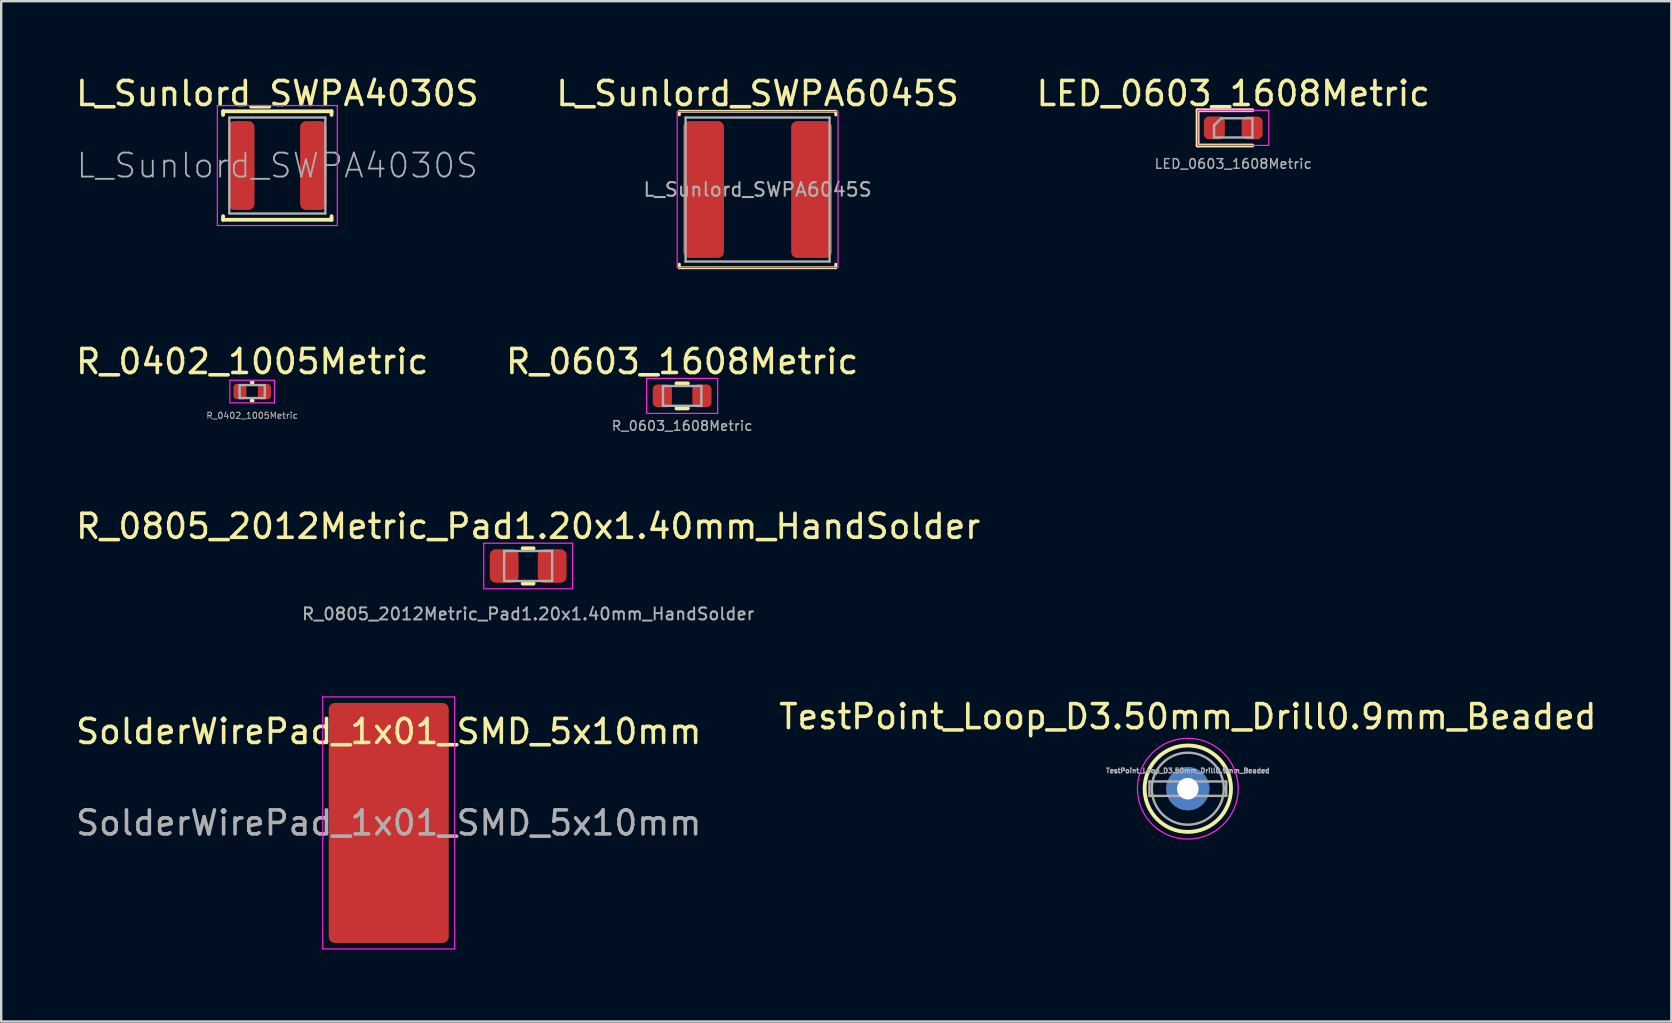
<source format=kicad_pcb>
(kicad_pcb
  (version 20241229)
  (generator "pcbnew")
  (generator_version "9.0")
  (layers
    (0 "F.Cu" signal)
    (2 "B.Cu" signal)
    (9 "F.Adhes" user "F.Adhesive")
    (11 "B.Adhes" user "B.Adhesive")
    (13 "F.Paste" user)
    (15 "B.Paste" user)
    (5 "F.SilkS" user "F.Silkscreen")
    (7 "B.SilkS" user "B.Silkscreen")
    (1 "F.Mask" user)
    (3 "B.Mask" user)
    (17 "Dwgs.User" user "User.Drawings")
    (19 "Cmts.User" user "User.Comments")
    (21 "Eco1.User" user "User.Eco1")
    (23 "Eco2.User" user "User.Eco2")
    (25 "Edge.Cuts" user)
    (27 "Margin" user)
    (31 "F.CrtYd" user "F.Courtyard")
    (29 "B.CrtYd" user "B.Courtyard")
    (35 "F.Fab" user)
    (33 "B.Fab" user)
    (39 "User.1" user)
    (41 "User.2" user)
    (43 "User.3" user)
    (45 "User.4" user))
  (footprint "LED_0603_1608Metric"
    (layer "F.Cu")
    (at 48.339 2.278)
    (property "Reference" "LED_0603_1608Metric" (at 0 -1.43 0) (layer "F.SilkS") (effects (font (size 1 1) (thickness 0.15))))
    (attr smd)
    (fp_line (start -1.485 -0.735) (end -1.485 0.735) (stroke (width 0.16) (type solid)) (layer "F.SilkS"))
    (fp_line (start -1.485 0.735) (end 0.8 0.735) (stroke (width 0.16) (type solid)) (layer "F.SilkS"))
    (fp_line (start 0.8 -0.735) (end -1.485 -0.735) (stroke (width 0.16) (type solid)) (layer "F.SilkS"))
    (fp_line (start -1.48 -0.73) (end 1.48 -0.73) (stroke (width 0.05) (type solid)) (layer "F.CrtYd"))
    (fp_line (start -1.48 0.73) (end -1.48 -0.73) (stroke (width 0.05) (type solid)) (layer "F.CrtYd"))
    (fp_line (start 1.48 -0.73) (end 1.48 0.73) (stroke (width 0.05) (type solid)) (layer "F.CrtYd"))
    (fp_line (start 1.48 0.73) (end -1.48 0.73) (stroke (width 0.05) (type solid)) (layer "F.CrtYd"))
    (fp_line (start -0.8 -0.1) (end -0.8 0.4) (stroke (width 0.1) (type solid)) (layer "F.Fab"))
    (fp_line (start -0.8 0.4) (end 0.8 0.4) (stroke (width 0.1) (type solid)) (layer "F.Fab"))
    (fp_line (start -0.5 -0.4) (end -0.8 -0.1) (stroke (width 0.1) (type solid)) (layer "F.Fab"))
    (fp_line (start 0.8 -0.4) (end -0.5 -0.4) (stroke (width 0.1) (type solid)) (layer "F.Fab"))
    (fp_line (start 0.8 0.4) (end 0.8 -0.4) (stroke (width 0.1) (type solid)) (layer "F.Fab"))
    (fp_text user "${REFERENCE}" (at 0 1.5 0) (layer "F.Fab") (effects (font (size 0.4 0.4) (thickness 0.06))))
    (pad "1" smd roundrect (at -0.787 0) (size 0.875 0.95) (layers "F.Cu" "F.Mask" "F.Paste") (roundrect_rratio 0.25))
    (pad "2" smd roundrect (at 0.787 0) (size 0.875 0.95) (layers "F.Cu" "F.Mask" "F.Paste") (roundrect_rratio 0.25)))
  (footprint "L_Sunlord_SWPA6045S"
    (layer "F.Cu")
    (at 28.518 4.848)
    (property "Reference" "L_Sunlord_SWPA6045S" (at 0 -4 0) (layer "F.SilkS") (effects (font (size 1 1) (thickness 0.15))))
    (attr smd)
    (fp_line (start -3.26 -3.26) (end -3.26 -3.11) (stroke (width 0.12) (type solid)) (layer "F.SilkS"))
    (fp_line (start -3.26 -3.26) (end 3.26 -3.26) (stroke (width 0.12) (type solid)) (layer "F.SilkS"))
    (fp_line (start -3.26 3.26) (end -3.26 3.11) (stroke (width 0.12) (type solid)) (layer "F.SilkS"))
    (fp_line (start -3.26 3.26) (end 3.26 3.26) (stroke (width 0.12) (type solid)) (layer "F.SilkS"))
    (fp_line (start 3.26 -3.26) (end 3.26 -3.11) (stroke (width 0.12) (type solid)) (layer "F.SilkS"))
    (fp_line (start 3.26 3.26) (end 3.26 3.11) (stroke (width 0.12) (type solid)) (layer "F.SilkS"))
    (fp_line (start -3.35 -3.25) (end -3.35 3.25) (stroke (width 0.05) (type solid)) (layer "F.CrtYd"))
    (fp_line (start -3.35 3.25) (end 3.35 3.25) (stroke (width 0.05) (type solid)) (layer "F.CrtYd"))
    (fp_line (start 3.35 -3.25) (end -3.35 -3.25) (stroke (width 0.05) (type solid)) (layer "F.CrtYd"))
    (fp_line (start 3.35 3.25) (end 3.35 -3.25) (stroke (width 0.05) (type solid)) (layer "F.CrtYd"))
    (fp_line (start -3 -3) (end -3 3) (stroke (width 0.1) (type solid)) (layer "F.Fab"))
    (fp_line (start -3 3) (end 3 3) (stroke (width 0.1) (type solid)) (layer "F.Fab"))
    (fp_line (start 3 -3) (end -3 -3) (stroke (width 0.1) (type solid)) (layer "F.Fab"))
    (fp_line (start 3 3) (end 3 -3) (stroke (width 0.1) (type solid)) (layer "F.Fab"))
    (fp_text user "${REFERENCE}" (at 0 0 0) (layer "F.Fab") (effects (font (size 0.567 0.567) (thickness 0.085))))
    (pad "1" smd roundrect (at -2.25 0) (size 1.7 5.7) (layers "F.Cu" "F.Mask" "F.Paste") (roundrect_rratio 0.147))
    (pad "2" smd roundrect (at 2.25 0) (size 1.7 5.7) (layers "F.Cu" "F.Mask" "F.Paste") (roundrect_rratio 0.147)))
  (footprint "L_Sunlord_SWPA4030S"
    (layer "F.Cu")
    (at 8.506 3.848)
    (property "Reference" "L_Sunlord_SWPA4030S" (at 0 -3 0) (layer "F.SilkS") (effects (font (size 1 1) (thickness 0.15))))
    (attr smd)
    (fp_line (start -2.26 -2.26) (end -2.26 -2.11) (stroke (width 0.16) (type solid)) (layer "F.SilkS"))
    (fp_line (start -2.26 -2.26) (end 2.26 -2.26) (stroke (width 0.16) (type solid)) (layer "F.SilkS"))
    (fp_line (start -2.26 2.26) (end -2.26 2.11) (stroke (width 0.16) (type solid)) (layer "F.SilkS"))
    (fp_line (start -2.26 2.26) (end 2.26 2.26) (stroke (width 0.16) (type solid)) (layer "F.SilkS"))
    (fp_line (start 2.26 -2.26) (end 2.26 -2.11) (stroke (width 0.16) (type solid)) (layer "F.SilkS"))
    (fp_line (start 2.26 2.26) (end 2.26 2.11) (stroke (width 0.16) (type solid)) (layer "F.SilkS"))
    (fp_line (start -2.5 -2.5) (end -2.5 2.5) (stroke (width 0.05) (type solid)) (layer "F.CrtYd"))
    (fp_line (start -2.5 2.5) (end 2.5 2.5) (stroke (width 0.05) (type solid)) (layer "F.CrtYd"))
    (fp_line (start 2.5 -2.5) (end -2.5 -2.5) (stroke (width 0.05) (type solid)) (layer "F.CrtYd"))
    (fp_line (start 2.5 2.5) (end 2.5 -2.5) (stroke (width 0.05) (type solid)) (layer "F.CrtYd"))
    (fp_line (start -2 -2) (end -2 2) (stroke (width 0.1) (type solid)) (layer "F.Fab"))
    (fp_line (start -2 2) (end 2 2) (stroke (width 0.1) (type solid)) (layer "F.Fab"))
    (fp_line (start 2 -2) (end -2 -2) (stroke (width 0.1) (type solid)) (layer "F.Fab"))
    (fp_line (start 2 2) (end 2 -2) (stroke (width 0.1) (type solid)) (layer "F.Fab"))
    (fp_text user "${REFERENCE}" (at 0 0 0) (layer "F.Fab") (effects (font (size 1 1) (thickness 0.075))))
    (pad "1" smd roundrect (at -1.5 0) (size 1.1 3.7) (layers "F.Cu" "F.Mask" "F.Paste") (roundrect_rratio 0.227))
    (pad "2" smd roundrect (at 1.5 0) (size 1.1 3.7) (layers "F.Cu" "F.Mask" "F.Paste") (roundrect_rratio 0.227)))
  (footprint "R_0805_2012Metric_Pad1.20x1.40mm_HandSolder"
    (layer "F.Cu")
    (at 18.958 20.534)
    (property "Reference" "R_0805_2012Metric_Pad1.20x1.40mm_HandSolder" (at 0 -1.65 0) (layer "F.SilkS") (effects (font (size 1 1) (thickness 0.15))))
    (attr smd)
    (fp_line (start -0.227 -0.735) (end 0.227 -0.735) (stroke (width 0.16) (type solid)) (layer "F.SilkS"))
    (fp_line (start -0.227 0.735) (end 0.227 0.735) (stroke (width 0.16) (type solid)) (layer "F.SilkS"))
    (fp_line (start -1.85 -0.95) (end 1.85 -0.95) (stroke (width 0.05) (type solid)) (layer "F.CrtYd"))
    (fp_line (start -1.85 0.95) (end -1.85 -0.95) (stroke (width 0.05) (type solid)) (layer "F.CrtYd"))
    (fp_line (start 1.85 -0.95) (end 1.85 0.95) (stroke (width 0.05) (type solid)) (layer "F.CrtYd"))
    (fp_line (start 1.85 0.95) (end -1.85 0.95) (stroke (width 0.05) (type solid)) (layer "F.CrtYd"))
    (fp_line (start -1 -0.625) (end 1 -0.625) (stroke (width 0.1) (type solid)) (layer "F.Fab"))
    (fp_line (start -1 0.625) (end -1 -0.625) (stroke (width 0.1) (type solid)) (layer "F.Fab"))
    (fp_line (start 1 -0.625) (end 1 0.625) (stroke (width 0.1) (type solid)) (layer "F.Fab"))
    (fp_line (start 1 0.625) (end -1 0.625) (stroke (width 0.1) (type solid)) (layer "F.Fab"))
    (fp_text user "${REFERENCE}" (at 0 2 0) (layer "F.Fab") (effects (font (size 0.5 0.5) (thickness 0.08))))
    (pad "1" smd roundrect (at -1 0) (size 1.2 1.4) (layers "F.Cu" "F.Mask" "F.Paste") (roundrect_rratio 0.208))
    (pad "2" smd roundrect (at 1 0) (size 1.2 1.4) (layers "F.Cu" "F.Mask" "F.Paste") (roundrect_rratio 0.208)))
  (footprint "R_0603_1608Metric"
    (layer "F.Cu")
    (at 25.375 13.447)
    (property "Reference" "R_0603_1608Metric" (at 0 -1.43 0) (layer "F.SilkS") (effects (font (size 1 1) (thickness 0.15))))
    (attr smd)
    (fp_line (start -0.237 -0.522) (end 0.237 -0.522) (stroke (width 0.16) (type solid)) (layer "F.SilkS"))
    (fp_line (start -0.237 0.522) (end 0.237 0.522) (stroke (width 0.16) (type solid)) (layer "F.SilkS"))
    (fp_line (start -1.48 -0.73) (end 1.48 -0.73) (stroke (width 0.05) (type solid)) (layer "F.CrtYd"))
    (fp_line (start -1.48 0.73) (end -1.48 -0.73) (stroke (width 0.05) (type solid)) (layer "F.CrtYd"))
    (fp_line (start 1.48 -0.73) (end 1.48 0.73) (stroke (width 0.05) (type solid)) (layer "F.CrtYd"))
    (fp_line (start 1.48 0.73) (end -1.48 0.73) (stroke (width 0.05) (type solid)) (layer "F.CrtYd"))
    (fp_line (start -0.8 -0.412) (end 0.8 -0.412) (stroke (width 0.1) (type solid)) (layer "F.Fab"))
    (fp_line (start -0.8 0.412) (end -0.8 -0.412) (stroke (width 0.1) (type solid)) (layer "F.Fab"))
    (fp_line (start 0.8 -0.412) (end 0.8 0.412) (stroke (width 0.1) (type solid)) (layer "F.Fab"))
    (fp_line (start 0.8 0.412) (end -0.8 0.412) (stroke (width 0.1) (type solid)) (layer "F.Fab"))
    (fp_text user "${REFERENCE}" (at 0 1.25 0) (layer "F.Fab") (effects (font (size 0.4 0.4) (thickness 0.06))))
    (pad "1" smd roundrect (at -0.825 0) (size 0.8 0.95) (layers "F.Cu" "F.Mask" "F.Paste") (roundrect_rratio 0.25))
    (pad "2" smd roundrect (at 0.825 0) (size 0.8 0.95) (layers "F.Cu" "F.Mask" "F.Paste") (roundrect_rratio 0.25)))
  (footprint "SolderWirePad_1x01_SMD_5x10mm"
    (layer "F.Cu")
    (at 13.149 31.242)
    (property "Reference" "SolderWirePad_1x01_SMD_5x10mm" (at 0 -3.81 0) (layer "F.SilkS") (effects (font (size 1 1) (thickness 0.15))))
    (attr smd exclude_from_pos_files exclude_from_bom)
    (fp_line (start -2.75 -5.25) (end -2.75 5.25) (stroke (width 0.05) (type solid)) (layer "F.CrtYd"))
    (fp_line (start -2.75 5.25) (end 2.75 5.25) (stroke (width 0.05) (type solid)) (layer "F.CrtYd"))
    (fp_line (start 2.75 -5.25) (end -2.75 -5.25) (stroke (width 0.05) (type solid)) (layer "F.CrtYd"))
    (fp_line (start 2.75 5.25) (end 2.75 -5.25) (stroke (width 0.05) (type solid)) (layer "F.CrtYd"))
    (fp_text user "${REFERENCE}" (at 0 0 0) (layer "F.Fab") (effects (font (size 1 1) (thickness 0.15))))
    (pad "1" smd roundrect (at 0 0) (size 5 10) (layers "F.Cu" "F.Mask" "F.Paste") (roundrect_rratio 0.05)))
  (footprint "R_0402_1005Metric"
    (layer "F.Cu")
    (at 7.458 13.267)
    (property "Reference" "R_0402_1005Metric" (at 0 -1.25 0) (layer "F.SilkS") (effects (font (size 1 1) (thickness 0.15))))
    (attr smd)
    (fp_line (start -0.02 -0.38) (end 0.02 -0.38) (stroke (width 0.16) (type solid)) (layer "F.SilkS"))
    (fp_line (start -0.02 0.38) (end 0.02 0.38) (stroke (width 0.16) (type solid)) (layer "F.SilkS"))
    (fp_line (start -0.93 -0.47) (end 0.93 -0.47) (stroke (width 0.05) (type solid)) (layer "F.CrtYd"))
    (fp_line (start -0.93 0.47) (end -0.93 -0.47) (stroke (width 0.05) (type solid)) (layer "F.CrtYd"))
    (fp_line (start 0.93 -0.47) (end 0.93 0.47) (stroke (width 0.05) (type solid)) (layer "F.CrtYd"))
    (fp_line (start 0.93 0.47) (end -0.93 0.47) (stroke (width 0.05) (type solid)) (layer "F.CrtYd"))
    (fp_line (start -0.525 -0.27) (end 0.525 -0.27) (stroke (width 0.1) (type solid)) (layer "F.Fab"))
    (fp_line (start -0.525 0.27) (end -0.525 -0.27) (stroke (width 0.1) (type solid)) (layer "F.Fab"))
    (fp_line (start 0.525 -0.27) (end 0.525 0.27) (stroke (width 0.1) (type solid)) (layer "F.Fab"))
    (fp_line (start 0.525 0.27) (end -0.525 0.27) (stroke (width 0.1) (type solid)) (layer "F.Fab"))
    (fp_text user "${REFERENCE}" (at 0 1 0) (layer "F.Fab") (effects (font (size 0.26 0.26) (thickness 0.04))))
    (pad "1" smd roundrect (at -0.51 0) (size 0.54 0.64) (layers "F.Cu" "F.Mask" "F.Paste") (roundrect_rratio 0.25))
    (pad "2" smd roundrect (at 0.51 0) (size 0.54 0.64) (layers "F.Cu" "F.Mask" "F.Paste") (roundrect_rratio 0.25)))
  (footprint "TestPoint_Loop_D3.50mm_Drill0.9mm_Beaded"
    (layer "F.Cu")
    (at 46.446 29.815)
    (property "Reference" "TestPoint_Loop_D3.50mm_Drill0.9mm_Beaded" (at 0 -3 0) (layer "F.SilkS") (effects (font (size 1 1) (thickness 0.15))))
    (attr through_hole)
    (fp_circle (center 0 0) (end 1.8 0) (stroke (width 0.16) (type solid)) (fill no) (layer "F.SilkS"))
    (fp_circle (center 0 0) (end 2.1 0) (stroke (width 0.05) (type solid)) (fill no) (layer "F.CrtYd"))
    (fp_line (start -1.6 -0.3) (end -1.6 0.3) (stroke (width 0.1) (type solid)) (layer "F.Fab"))
    (fp_line (start -1.6 0.3) (end 1.6 0.3) (stroke (width 0.1) (type solid)) (layer "F.Fab"))
    (fp_line (start 1.6 -0.3) (end -1.6 -0.3) (stroke (width 0.1) (type solid)) (layer "F.Fab"))
    (fp_line (start 1.6 0.3) (end 1.6 -0.3) (stroke (width 0.1) (type solid)) (layer "F.Fab"))
    (fp_circle (center 0 0) (end 1.5 0) (stroke (width 0.1) (type solid)) (fill no) (layer "F.Fab"))
    (fp_text user "${REFERENCE}" (at 0 -0.75 0) (layer "F.Fab") (effects (font (size 0.2 0.2) (thickness 0.05))))
    (dimension (type aligned) (layer "User.1") (pts (xy 45.546 29.815) (xy 47.346 29.815)) (height -1.5) (format (prefix "") (suffix "") (units 3) (units_format 1) (precision 4)) (style (thickness 0.01) (arrow_length 0.01) (text_position_mode 2) (arrow_direction outward) (extension_height 0) (extension_offset 0) (keep_text_aligned yes)) (gr_text "1.8000 mm" (at 46.446 28.315 0) (layer "User.1") (effects (font (size 0.1 0.1) (thickness 0.15)))))
    (dimension (type aligned) (layer "User.1") (pts (xy 45.996 29.815) (xy 46.896 29.815)) (height -1) (format (prefix "") (suffix "") (units 3) (units_format 1) (precision 4)) (style (thickness 0.01) (arrow_length 0.01) (text_position_mode 2) (arrow_direction outward) (extension_height 0) (extension_offset 0) (keep_text_aligned yes)) (gr_text "0.9000 mm" (at 46.446 28.815 0) (layer "User.1") (effects (font (size 0.1 0.1) (thickness 0.15)))))
    (dimension (type aligned) (layer "User.1") (pts (xy 44.646 29.815) (xy 48.246 29.815)) (height -2) (format (prefix "") (suffix "") (units 3) (units_format 1) (precision 4)) (style (thickness 0.01) (arrow_length 0.01) (text_position_mode 2) (arrow_direction outward) (extension_height 0) (extension_offset 0) (keep_text_aligned yes)) (gr_text "3.6000 mm" (at 46.546 27.815 0) (layer "User.1") (effects (font (size 0.1 0.1) (thickness 0.15)))))
    (pad "1" thru_hole circle (at 0 0) (size 1.8 1.8) (drill 0.9) (layers "*.Cu" "*.Mask")))
  (gr_rect
    (start -3 -3)
    (end 66.595 39.517)
    (stroke (width 0.1) (type default))
    (fill no)
    (layer "Edge.Cuts")))
</source>
